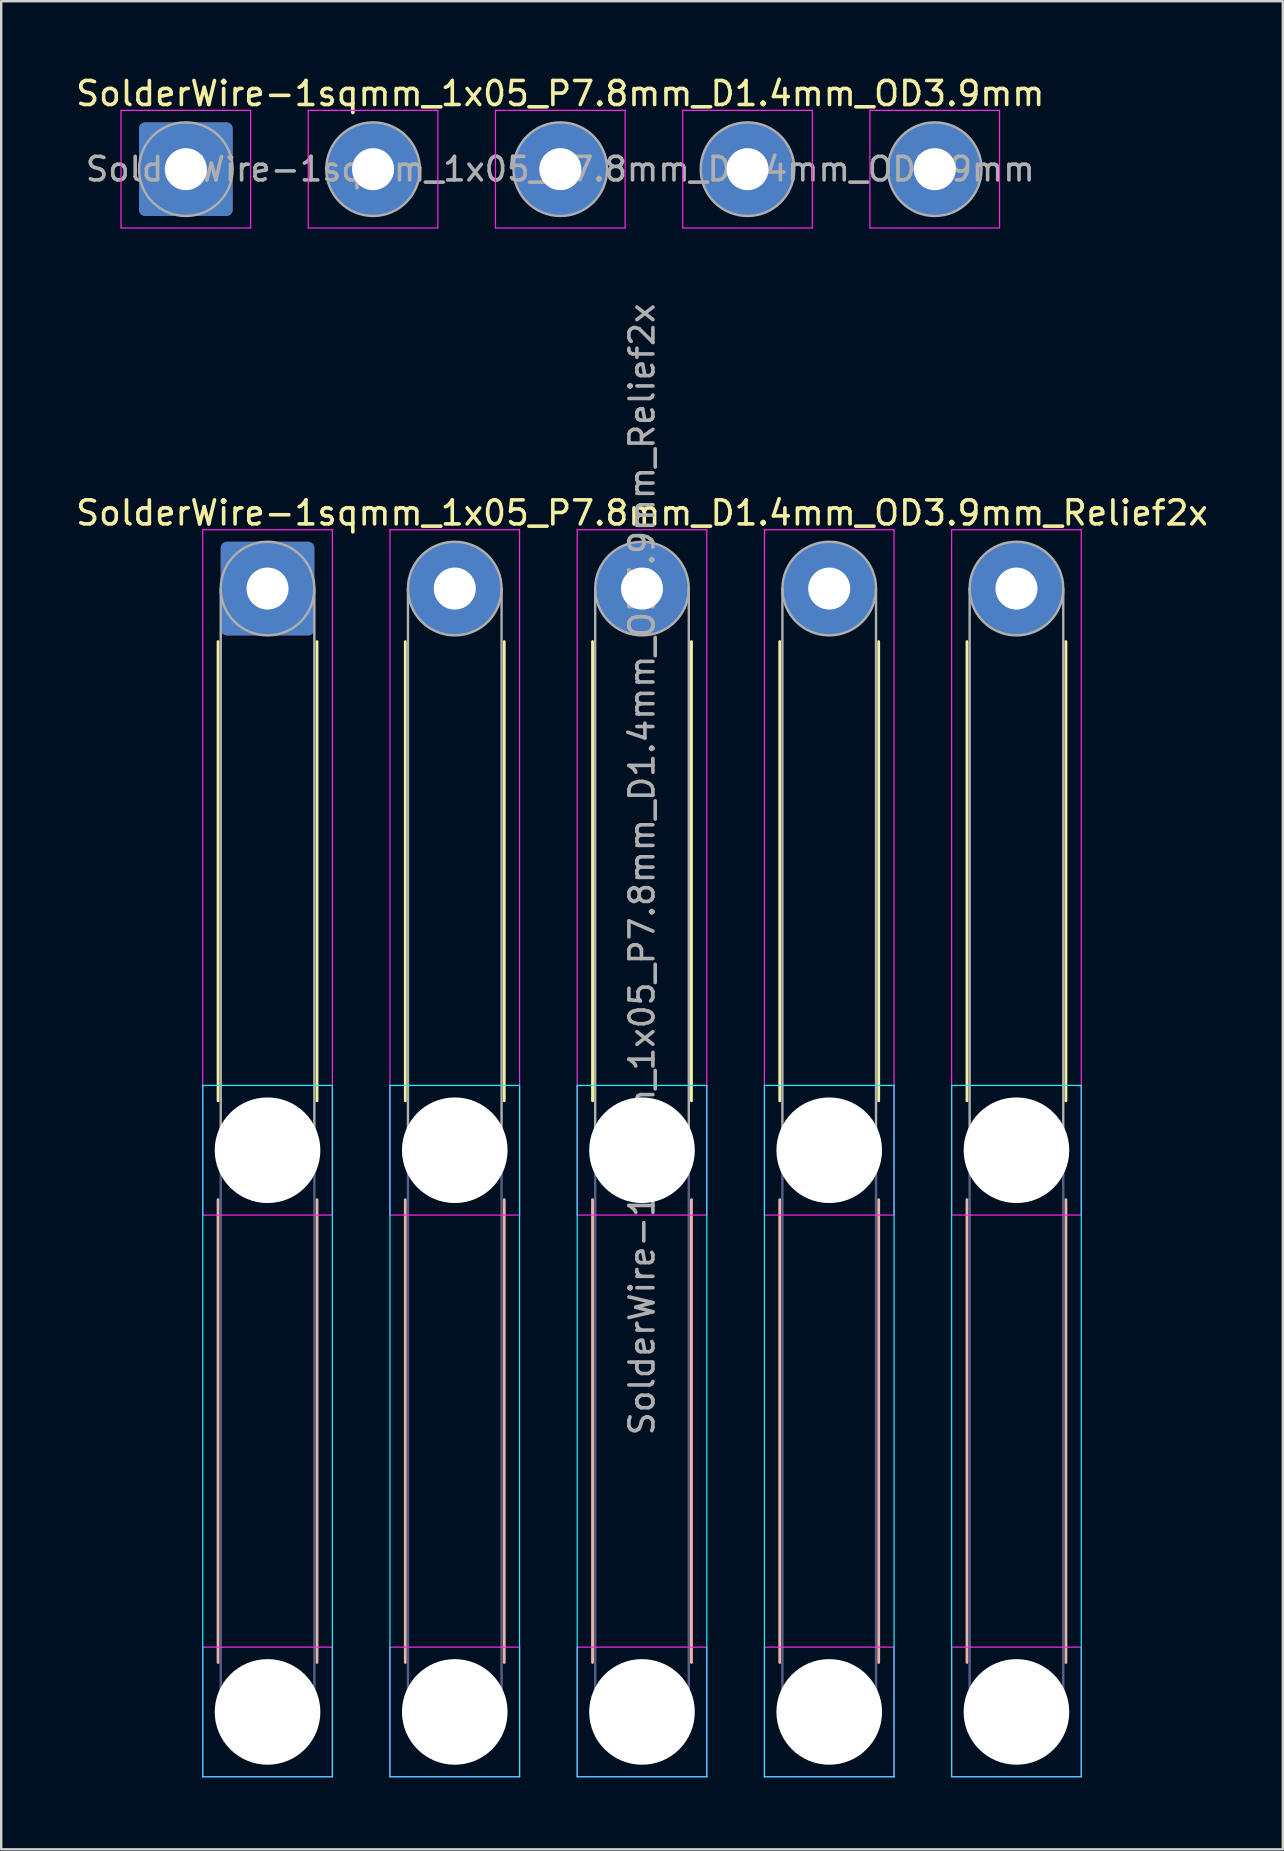
<source format=kicad_pcb>
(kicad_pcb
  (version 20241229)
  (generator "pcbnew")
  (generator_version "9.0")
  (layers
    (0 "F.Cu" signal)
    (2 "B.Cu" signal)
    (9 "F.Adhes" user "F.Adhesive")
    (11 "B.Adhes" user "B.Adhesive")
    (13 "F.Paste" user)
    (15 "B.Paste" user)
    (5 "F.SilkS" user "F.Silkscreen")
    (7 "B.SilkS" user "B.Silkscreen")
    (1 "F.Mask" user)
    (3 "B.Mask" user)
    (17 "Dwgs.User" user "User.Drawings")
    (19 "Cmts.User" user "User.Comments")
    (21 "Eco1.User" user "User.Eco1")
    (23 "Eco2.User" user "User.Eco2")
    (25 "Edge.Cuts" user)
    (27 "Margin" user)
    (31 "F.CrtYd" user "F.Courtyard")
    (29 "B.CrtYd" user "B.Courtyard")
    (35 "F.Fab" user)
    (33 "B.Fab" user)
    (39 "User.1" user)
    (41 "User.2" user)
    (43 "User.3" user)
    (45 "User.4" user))
  (footprint "SolderWire-1sqmm_1x05_P7.8mm_D1.4mm_OD3.9mm_Relief2x"
    (layer "F.Cu")
    (at 8.096 21.47)
    (property "Reference" "SolderWire-1sqmm_1x05_P7.8mm_D1.4mm_OD3.9mm_Relief2x" (at 15.6 -3.15 0) (layer "F.SilkS") (effects (font (size 1 1) (thickness 0.15))))
    (attr exclude_from_pos_files exclude_from_bom)
    (fp_line (start -2.06 2.21) (end -2.06 21.34) (stroke (width 0.12) (type solid)) (layer "F.SilkS"))
    (fp_line (start 2.06 2.21) (end 2.06 21.34) (stroke (width 0.12) (type solid)) (layer "F.SilkS"))
    (fp_line (start 5.74 2.21) (end 5.74 21.34) (stroke (width 0.12) (type solid)) (layer "F.SilkS"))
    (fp_line (start 9.86 2.21) (end 9.86 21.34) (stroke (width 0.12) (type solid)) (layer "F.SilkS"))
    (fp_line (start 13.54 2.21) (end 13.54 21.34) (stroke (width 0.12) (type solid)) (layer "F.SilkS"))
    (fp_line (start 17.66 2.21) (end 17.66 21.34) (stroke (width 0.12) (type solid)) (layer "F.SilkS"))
    (fp_line (start 21.34 2.21) (end 21.34 21.34) (stroke (width 0.12) (type solid)) (layer "F.SilkS"))
    (fp_line (start 25.46 2.21) (end 25.46 21.34) (stroke (width 0.12) (type solid)) (layer "F.SilkS"))
    (fp_line (start 29.14 2.21) (end 29.14 21.34) (stroke (width 0.12) (type solid)) (layer "F.SilkS"))
    (fp_line (start 33.26 2.21) (end 33.26 21.34) (stroke (width 0.12) (type solid)) (layer "F.SilkS"))
    (fp_line (start -2.06 25.46) (end -2.06 44.74) (stroke (width 0.12) (type solid)) (layer "B.SilkS"))
    (fp_line (start 2.06 25.46) (end 2.06 44.74) (stroke (width 0.12) (type solid)) (layer "B.SilkS"))
    (fp_line (start 5.74 25.46) (end 5.74 44.74) (stroke (width 0.12) (type solid)) (layer "B.SilkS"))
    (fp_line (start 9.86 25.46) (end 9.86 44.74) (stroke (width 0.12) (type solid)) (layer "B.SilkS"))
    (fp_line (start 13.54 25.46) (end 13.54 44.74) (stroke (width 0.12) (type solid)) (layer "B.SilkS"))
    (fp_line (start 17.66 25.46) (end 17.66 44.74) (stroke (width 0.12) (type solid)) (layer "B.SilkS"))
    (fp_line (start 21.34 25.46) (end 21.34 44.74) (stroke (width 0.12) (type solid)) (layer "B.SilkS"))
    (fp_line (start 25.46 25.46) (end 25.46 44.74) (stroke (width 0.12) (type solid)) (layer "B.SilkS"))
    (fp_line (start 29.14 25.46) (end 29.14 44.74) (stroke (width 0.12) (type solid)) (layer "B.SilkS"))
    (fp_line (start 33.26 25.46) (end 33.26 44.74) (stroke (width 0.12) (type solid)) (layer "B.SilkS"))
    (fp_line (start -2.7 20.7) (end -2.7 49.5) (stroke (width 0.05) (type solid)) (layer "B.CrtYd"))
    (fp_line (start -2.7 49.5) (end 2.7 49.5) (stroke (width 0.05) (type solid)) (layer "B.CrtYd"))
    (fp_line (start 2.7 20.7) (end -2.7 20.7) (stroke (width 0.05) (type solid)) (layer "B.CrtYd"))
    (fp_line (start 2.7 49.5) (end 2.7 20.7) (stroke (width 0.05) (type solid)) (layer "B.CrtYd"))
    (fp_line (start 5.1 20.7) (end 5.1 49.5) (stroke (width 0.05) (type solid)) (layer "B.CrtYd"))
    (fp_line (start 5.1 49.5) (end 10.5 49.5) (stroke (width 0.05) (type solid)) (layer "B.CrtYd"))
    (fp_line (start 10.5 20.7) (end 5.1 20.7) (stroke (width 0.05) (type solid)) (layer "B.CrtYd"))
    (fp_line (start 10.5 49.5) (end 10.5 20.7) (stroke (width 0.05) (type solid)) (layer "B.CrtYd"))
    (fp_line (start 12.9 20.7) (end 12.9 49.5) (stroke (width 0.05) (type solid)) (layer "B.CrtYd"))
    (fp_line (start 12.9 49.5) (end 18.3 49.5) (stroke (width 0.05) (type solid)) (layer "B.CrtYd"))
    (fp_line (start 18.3 20.7) (end 12.9 20.7) (stroke (width 0.05) (type solid)) (layer "B.CrtYd"))
    (fp_line (start 18.3 49.5) (end 18.3 20.7) (stroke (width 0.05) (type solid)) (layer "B.CrtYd"))
    (fp_line (start 20.7 20.7) (end 20.7 49.5) (stroke (width 0.05) (type solid)) (layer "B.CrtYd"))
    (fp_line (start 20.7 49.5) (end 26.1 49.5) (stroke (width 0.05) (type solid)) (layer "B.CrtYd"))
    (fp_line (start 26.1 20.7) (end 20.7 20.7) (stroke (width 0.05) (type solid)) (layer "B.CrtYd"))
    (fp_line (start 26.1 49.5) (end 26.1 20.7) (stroke (width 0.05) (type solid)) (layer "B.CrtYd"))
    (fp_line (start 28.5 20.7) (end 28.5 49.5) (stroke (width 0.05) (type solid)) (layer "B.CrtYd"))
    (fp_line (start 28.5 49.5) (end 33.9 49.5) (stroke (width 0.05) (type solid)) (layer "B.CrtYd"))
    (fp_line (start 33.9 20.7) (end 28.5 20.7) (stroke (width 0.05) (type solid)) (layer "B.CrtYd"))
    (fp_line (start 33.9 49.5) (end 33.9 20.7) (stroke (width 0.05) (type solid)) (layer "B.CrtYd"))
    (fp_line (start -2.7 -2.45) (end -2.7 26.1) (stroke (width 0.05) (type solid)) (layer "F.CrtYd"))
    (fp_line (start -2.7 26.1) (end 2.7 26.1) (stroke (width 0.05) (type solid)) (layer "F.CrtYd"))
    (fp_line (start -2.7 44.1) (end -2.7 49.5) (stroke (width 0.05) (type solid)) (layer "F.CrtYd"))
    (fp_line (start -2.7 49.5) (end 2.7 49.5) (stroke (width 0.05) (type solid)) (layer "F.CrtYd"))
    (fp_line (start 2.7 -2.45) (end -2.7 -2.45) (stroke (width 0.05) (type solid)) (layer "F.CrtYd"))
    (fp_line (start 2.7 26.1) (end 2.7 -2.45) (stroke (width 0.05) (type solid)) (layer "F.CrtYd"))
    (fp_line (start 2.7 44.1) (end -2.7 44.1) (stroke (width 0.05) (type solid)) (layer "F.CrtYd"))
    (fp_line (start 2.7 49.5) (end 2.7 44.1) (stroke (width 0.05) (type solid)) (layer "F.CrtYd"))
    (fp_line (start 5.1 -2.45) (end 5.1 26.1) (stroke (width 0.05) (type solid)) (layer "F.CrtYd"))
    (fp_line (start 5.1 26.1) (end 10.5 26.1) (stroke (width 0.05) (type solid)) (layer "F.CrtYd"))
    (fp_line (start 5.1 44.1) (end 5.1 49.5) (stroke (width 0.05) (type solid)) (layer "F.CrtYd"))
    (fp_line (start 5.1 49.5) (end 10.5 49.5) (stroke (width 0.05) (type solid)) (layer "F.CrtYd"))
    (fp_line (start 10.5 -2.45) (end 5.1 -2.45) (stroke (width 0.05) (type solid)) (layer "F.CrtYd"))
    (fp_line (start 10.5 26.1) (end 10.5 -2.45) (stroke (width 0.05) (type solid)) (layer "F.CrtYd"))
    (fp_line (start 10.5 44.1) (end 5.1 44.1) (stroke (width 0.05) (type solid)) (layer "F.CrtYd"))
    (fp_line (start 10.5 49.5) (end 10.5 44.1) (stroke (width 0.05) (type solid)) (layer "F.CrtYd"))
    (fp_line (start 12.9 -2.45) (end 12.9 26.1) (stroke (width 0.05) (type solid)) (layer "F.CrtYd"))
    (fp_line (start 12.9 26.1) (end 18.3 26.1) (stroke (width 0.05) (type solid)) (layer "F.CrtYd"))
    (fp_line (start 12.9 44.1) (end 12.9 49.5) (stroke (width 0.05) (type solid)) (layer "F.CrtYd"))
    (fp_line (start 12.9 49.5) (end 18.3 49.5) (stroke (width 0.05) (type solid)) (layer "F.CrtYd"))
    (fp_line (start 18.3 -2.45) (end 12.9 -2.45) (stroke (width 0.05) (type solid)) (layer "F.CrtYd"))
    (fp_line (start 18.3 26.1) (end 18.3 -2.45) (stroke (width 0.05) (type solid)) (layer "F.CrtYd"))
    (fp_line (start 18.3 44.1) (end 12.9 44.1) (stroke (width 0.05) (type solid)) (layer "F.CrtYd"))
    (fp_line (start 18.3 49.5) (end 18.3 44.1) (stroke (width 0.05) (type solid)) (layer "F.CrtYd"))
    (fp_line (start 20.7 -2.45) (end 20.7 26.1) (stroke (width 0.05) (type solid)) (layer "F.CrtYd"))
    (fp_line (start 20.7 26.1) (end 26.1 26.1) (stroke (width 0.05) (type solid)) (layer "F.CrtYd"))
    (fp_line (start 20.7 44.1) (end 20.7 49.5) (stroke (width 0.05) (type solid)) (layer "F.CrtYd"))
    (fp_line (start 20.7 49.5) (end 26.1 49.5) (stroke (width 0.05) (type solid)) (layer "F.CrtYd"))
    (fp_line (start 26.1 -2.45) (end 20.7 -2.45) (stroke (width 0.05) (type solid)) (layer "F.CrtYd"))
    (fp_line (start 26.1 26.1) (end 26.1 -2.45) (stroke (width 0.05) (type solid)) (layer "F.CrtYd"))
    (fp_line (start 26.1 44.1) (end 20.7 44.1) (stroke (width 0.05) (type solid)) (layer "F.CrtYd"))
    (fp_line (start 26.1 49.5) (end 26.1 44.1) (stroke (width 0.05) (type solid)) (layer "F.CrtYd"))
    (fp_line (start 28.5 -2.45) (end 28.5 26.1) (stroke (width 0.05) (type solid)) (layer "F.CrtYd"))
    (fp_line (start 28.5 26.1) (end 33.9 26.1) (stroke (width 0.05) (type solid)) (layer "F.CrtYd"))
    (fp_line (start 28.5 44.1) (end 28.5 49.5) (stroke (width 0.05) (type solid)) (layer "F.CrtYd"))
    (fp_line (start 28.5 49.5) (end 33.9 49.5) (stroke (width 0.05) (type solid)) (layer "F.CrtYd"))
    (fp_line (start 33.9 -2.45) (end 28.5 -2.45) (stroke (width 0.05) (type solid)) (layer "F.CrtYd"))
    (fp_line (start 33.9 26.1) (end 33.9 -2.45) (stroke (width 0.05) (type solid)) (layer "F.CrtYd"))
    (fp_line (start 33.9 44.1) (end 28.5 44.1) (stroke (width 0.05) (type solid)) (layer "F.CrtYd"))
    (fp_line (start 33.9 49.5) (end 33.9 44.1) (stroke (width 0.05) (type solid)) (layer "F.CrtYd"))
    (fp_line (start -1.95 23.4) (end -1.95 46.8) (stroke (width 0.1) (type solid)) (layer "B.Fab"))
    (fp_line (start 1.95 23.4) (end 1.95 46.8) (stroke (width 0.1) (type solid)) (layer "B.Fab"))
    (fp_line (start 5.85 23.4) (end 5.85 46.8) (stroke (width 0.1) (type solid)) (layer "B.Fab"))
    (fp_line (start 9.75 23.4) (end 9.75 46.8) (stroke (width 0.1) (type solid)) (layer "B.Fab"))
    (fp_line (start 13.65 23.4) (end 13.65 46.8) (stroke (width 0.1) (type solid)) (layer "B.Fab"))
    (fp_line (start 17.55 23.4) (end 17.55 46.8) (stroke (width 0.1) (type solid)) (layer "B.Fab"))
    (fp_line (start 21.45 23.4) (end 21.45 46.8) (stroke (width 0.1) (type solid)) (layer "B.Fab"))
    (fp_line (start 25.35 23.4) (end 25.35 46.8) (stroke (width 0.1) (type solid)) (layer "B.Fab"))
    (fp_line (start 29.25 23.4) (end 29.25 46.8) (stroke (width 0.1) (type solid)) (layer "B.Fab"))
    (fp_line (start 33.15 23.4) (end 33.15 46.8) (stroke (width 0.1) (type solid)) (layer "B.Fab"))
    (fp_circle (center 0 23.4) (end 1.95 23.4) (stroke (width 0.1) (type solid)) (fill no) (layer "B.Fab"))
    (fp_circle (center 0 46.8) (end 1.95 46.8) (stroke (width 0.1) (type solid)) (fill no) (layer "B.Fab"))
    (fp_circle (center 7.8 23.4) (end 9.75 23.4) (stroke (width 0.1) (type solid)) (fill no) (layer "B.Fab"))
    (fp_circle (center 7.8 46.8) (end 9.75 46.8) (stroke (width 0.1) (type solid)) (fill no) (layer "B.Fab"))
    (fp_circle (center 15.6 23.4) (end 17.55 23.4) (stroke (width 0.1) (type solid)) (fill no) (layer "B.Fab"))
    (fp_circle (center 15.6 46.8) (end 17.55 46.8) (stroke (width 0.1) (type solid)) (fill no) (layer "B.Fab"))
    (fp_circle (center 23.4 23.4) (end 25.35 23.4) (stroke (width 0.1) (type solid)) (fill no) (layer "B.Fab"))
    (fp_circle (center 23.4 46.8) (end 25.35 46.8) (stroke (width 0.1) (type solid)) (fill no) (layer "B.Fab"))
    (fp_circle (center 31.2 23.4) (end 33.15 23.4) (stroke (width 0.1) (type solid)) (fill no) (layer "B.Fab"))
    (fp_circle (center 31.2 46.8) (end 33.15 46.8) (stroke (width 0.1) (type solid)) (fill no) (layer "B.Fab"))
    (fp_line (start -1.95 0) (end -1.95 23.4) (stroke (width 0.1) (type solid)) (layer "F.Fab"))
    (fp_line (start 1.95 0) (end 1.95 23.4) (stroke (width 0.1) (type solid)) (layer "F.Fab"))
    (fp_line (start 5.85 0) (end 5.85 23.4) (stroke (width 0.1) (type solid)) (layer "F.Fab"))
    (fp_line (start 9.75 0) (end 9.75 23.4) (stroke (width 0.1) (type solid)) (layer "F.Fab"))
    (fp_line (start 13.65 0) (end 13.65 23.4) (stroke (width 0.1) (type solid)) (layer "F.Fab"))
    (fp_line (start 17.55 0) (end 17.55 23.4) (stroke (width 0.1) (type solid)) (layer "F.Fab"))
    (fp_line (start 21.45 0) (end 21.45 23.4) (stroke (width 0.1) (type solid)) (layer "F.Fab"))
    (fp_line (start 25.35 0) (end 25.35 23.4) (stroke (width 0.1) (type solid)) (layer "F.Fab"))
    (fp_line (start 29.25 0) (end 29.25 23.4) (stroke (width 0.1) (type solid)) (layer "F.Fab"))
    (fp_line (start 33.15 0) (end 33.15 23.4) (stroke (width 0.1) (type solid)) (layer "F.Fab"))
    (fp_circle (center 0 0) (end 1.95 0) (stroke (width 0.1) (type solid)) (fill no) (layer "F.Fab"))
    (fp_circle (center 0 23.4) (end 1.95 23.4) (stroke (width 0.1) (type solid)) (fill no) (layer "F.Fab"))
    (fp_circle (center 0 46.8) (end 1.95 46.8) (stroke (width 0.1) (type solid)) (fill no) (layer "F.Fab"))
    (fp_circle (center 7.8 0) (end 9.75 0) (stroke (width 0.1) (type solid)) (fill no) (layer "F.Fab"))
    (fp_circle (center 7.8 23.4) (end 9.75 23.4) (stroke (width 0.1) (type solid)) (fill no) (layer "F.Fab"))
    (fp_circle (center 7.8 46.8) (end 9.75 46.8) (stroke (width 0.1) (type solid)) (fill no) (layer "F.Fab"))
    (fp_circle (center 15.6 0) (end 17.55 0) (stroke (width 0.1) (type solid)) (fill no) (layer "F.Fab"))
    (fp_circle (center 15.6 23.4) (end 17.55 23.4) (stroke (width 0.1) (type solid)) (fill no) (layer "F.Fab"))
    (fp_circle (center 15.6 46.8) (end 17.55 46.8) (stroke (width 0.1) (type solid)) (fill no) (layer "F.Fab"))
    (fp_circle (center 23.4 0) (end 25.35 0) (stroke (width 0.1) (type solid)) (fill no) (layer "F.Fab"))
    (fp_circle (center 23.4 23.4) (end 25.35 23.4) (stroke (width 0.1) (type solid)) (fill no) (layer "F.Fab"))
    (fp_circle (center 23.4 46.8) (end 25.35 46.8) (stroke (width 0.1) (type solid)) (fill no) (layer "F.Fab"))
    (fp_circle (center 31.2 0) (end 33.15 0) (stroke (width 0.1) (type solid)) (fill no) (layer "F.Fab"))
    (fp_circle (center 31.2 23.4) (end 33.15 23.4) (stroke (width 0.1) (type solid)) (fill no) (layer "F.Fab"))
    (fp_circle (center 31.2 46.8) (end 33.15 46.8) (stroke (width 0.1) (type solid)) (fill no) (layer "F.Fab"))
    (fp_text user "${REFERENCE}" (at 15.6 11.7 90) (layer "F.Fab") (effects (font (size 1 1) (thickness 0.15))))
    (pad "" np_thru_hole circle (at 0 23.4) (size 4.4 4.4) (drill 4.4) (layers "*.Cu" "*.Mask"))
    (pad "" np_thru_hole circle (at 0 46.8) (size 4.4 4.4) (drill 4.4) (layers "*.Cu" "*.Mask"))
    (pad "" np_thru_hole circle (at 7.8 23.4) (size 4.4 4.4) (drill 4.4) (layers "*.Cu" "*.Mask"))
    (pad "" np_thru_hole circle (at 7.8 46.8) (size 4.4 4.4) (drill 4.4) (layers "*.Cu" "*.Mask"))
    (pad "" np_thru_hole circle (at 15.6 23.4) (size 4.4 4.4) (drill 4.4) (layers "*.Cu" "*.Mask"))
    (pad "" np_thru_hole circle (at 15.6 46.8) (size 4.4 4.4) (drill 4.4) (layers "*.Cu" "*.Mask"))
    (pad "" np_thru_hole circle (at 23.4 23.4) (size 4.4 4.4) (drill 4.4) (layers "*.Cu" "*.Mask"))
    (pad "" np_thru_hole circle (at 23.4 46.8) (size 4.4 4.4) (drill 4.4) (layers "*.Cu" "*.Mask"))
    (pad "" np_thru_hole circle (at 31.2 23.4) (size 4.4 4.4) (drill 4.4) (layers "*.Cu" "*.Mask"))
    (pad "" np_thru_hole circle (at 31.2 46.8) (size 4.4 4.4) (drill 4.4) (layers "*.Cu" "*.Mask"))
    (pad "1" thru_hole roundrect (at 0 0) (size 3.9 3.9) (drill 1.75) (layers "*.Cu" "*.Mask") (roundrect_rratio 0.064))
    (pad "2" thru_hole circle (at 7.8 0) (size 3.9 3.9) (drill 1.75) (layers "*.Cu" "*.Mask"))
    (pad "3" thru_hole circle (at 15.6 0) (size 3.9 3.9) (drill 1.75) (layers "*.Cu" "*.Mask"))
    (pad "4" thru_hole circle (at 23.4 0) (size 3.9 3.9) (drill 1.75) (layers "*.Cu" "*.Mask"))
    (pad "5" thru_hole circle (at 31.2 0) (size 3.9 3.9) (drill 1.75) (layers "*.Cu" "*.Mask")))
  (footprint "SolderWire-1sqmm_1x05_P7.8mm_D1.4mm_OD3.9mm"
    (layer "F.Cu")
    (at 4.692 3.998)
    (property "Reference" "SolderWire-1sqmm_1x05_P7.8mm_D1.4mm_OD3.9mm" (at 15.6 -3.15 0) (layer "F.SilkS") (effects (font (size 1 1) (thickness 0.15))))
    (attr exclude_from_pos_files exclude_from_bom)
    (fp_line (start -2.7 -2.45) (end -2.7 2.45) (stroke (width 0.05) (type solid)) (layer "F.CrtYd"))
    (fp_line (start -2.7 2.45) (end 2.7 2.45) (stroke (width 0.05) (type solid)) (layer "F.CrtYd"))
    (fp_line (start 2.7 -2.45) (end -2.7 -2.45) (stroke (width 0.05) (type solid)) (layer "F.CrtYd"))
    (fp_line (start 2.7 2.45) (end 2.7 -2.45) (stroke (width 0.05) (type solid)) (layer "F.CrtYd"))
    (fp_line (start 5.1 -2.45) (end 5.1 2.45) (stroke (width 0.05) (type solid)) (layer "F.CrtYd"))
    (fp_line (start 5.1 2.45) (end 10.5 2.45) (stroke (width 0.05) (type solid)) (layer "F.CrtYd"))
    (fp_line (start 10.5 -2.45) (end 5.1 -2.45) (stroke (width 0.05) (type solid)) (layer "F.CrtYd"))
    (fp_line (start 10.5 2.45) (end 10.5 -2.45) (stroke (width 0.05) (type solid)) (layer "F.CrtYd"))
    (fp_line (start 12.9 -2.45) (end 12.9 2.45) (stroke (width 0.05) (type solid)) (layer "F.CrtYd"))
    (fp_line (start 12.9 2.45) (end 18.3 2.45) (stroke (width 0.05) (type solid)) (layer "F.CrtYd"))
    (fp_line (start 18.3 -2.45) (end 12.9 -2.45) (stroke (width 0.05) (type solid)) (layer "F.CrtYd"))
    (fp_line (start 18.3 2.45) (end 18.3 -2.45) (stroke (width 0.05) (type solid)) (layer "F.CrtYd"))
    (fp_line (start 20.7 -2.45) (end 20.7 2.45) (stroke (width 0.05) (type solid)) (layer "F.CrtYd"))
    (fp_line (start 20.7 2.45) (end 26.1 2.45) (stroke (width 0.05) (type solid)) (layer "F.CrtYd"))
    (fp_line (start 26.1 -2.45) (end 20.7 -2.45) (stroke (width 0.05) (type solid)) (layer "F.CrtYd"))
    (fp_line (start 26.1 2.45) (end 26.1 -2.45) (stroke (width 0.05) (type solid)) (layer "F.CrtYd"))
    (fp_line (start 28.5 -2.45) (end 28.5 2.45) (stroke (width 0.05) (type solid)) (layer "F.CrtYd"))
    (fp_line (start 28.5 2.45) (end 33.9 2.45) (stroke (width 0.05) (type solid)) (layer "F.CrtYd"))
    (fp_line (start 33.9 -2.45) (end 28.5 -2.45) (stroke (width 0.05) (type solid)) (layer "F.CrtYd"))
    (fp_line (start 33.9 2.45) (end 33.9 -2.45) (stroke (width 0.05) (type solid)) (layer "F.CrtYd"))
    (fp_circle (center 0 0) (end 1.95 0) (stroke (width 0.1) (type solid)) (fill no) (layer "F.Fab"))
    (fp_circle (center 7.8 0) (end 9.75 0) (stroke (width 0.1) (type solid)) (fill no) (layer "F.Fab"))
    (fp_circle (center 15.6 0) (end 17.55 0) (stroke (width 0.1) (type solid)) (fill no) (layer "F.Fab"))
    (fp_circle (center 23.4 0) (end 25.35 0) (stroke (width 0.1) (type solid)) (fill no) (layer "F.Fab"))
    (fp_circle (center 31.2 0) (end 33.15 0) (stroke (width 0.1) (type solid)) (fill no) (layer "F.Fab"))
    (fp_text user "${REFERENCE}" (at 15.6 0 0) (layer "F.Fab") (effects (font (size 0.98 0.98) (thickness 0.15))))
    (pad "1" thru_hole roundrect (at 0 0) (size 3.9 3.9) (drill 1.75) (layers "*.Cu" "*.Mask") (roundrect_rratio 0.064))
    (pad "2" thru_hole circle (at 7.8 0) (size 3.9 3.9) (drill 1.75) (layers "*.Cu" "*.Mask"))
    (pad "3" thru_hole circle (at 15.6 0) (size 3.9 3.9) (drill 1.75) (layers "*.Cu" "*.Mask"))
    (pad "4" thru_hole circle (at 23.4 0) (size 3.9 3.9) (drill 1.75) (layers "*.Cu" "*.Mask"))
    (pad "5" thru_hole circle (at 31.2 0) (size 3.9 3.9) (drill 1.75) (layers "*.Cu" "*.Mask")))
  (gr_rect
    (start -3 -3)
    (end 50.393 73.995)
    (stroke (width 0.1) (type default))
    (fill no)
    (layer "Edge.Cuts")))
</source>
